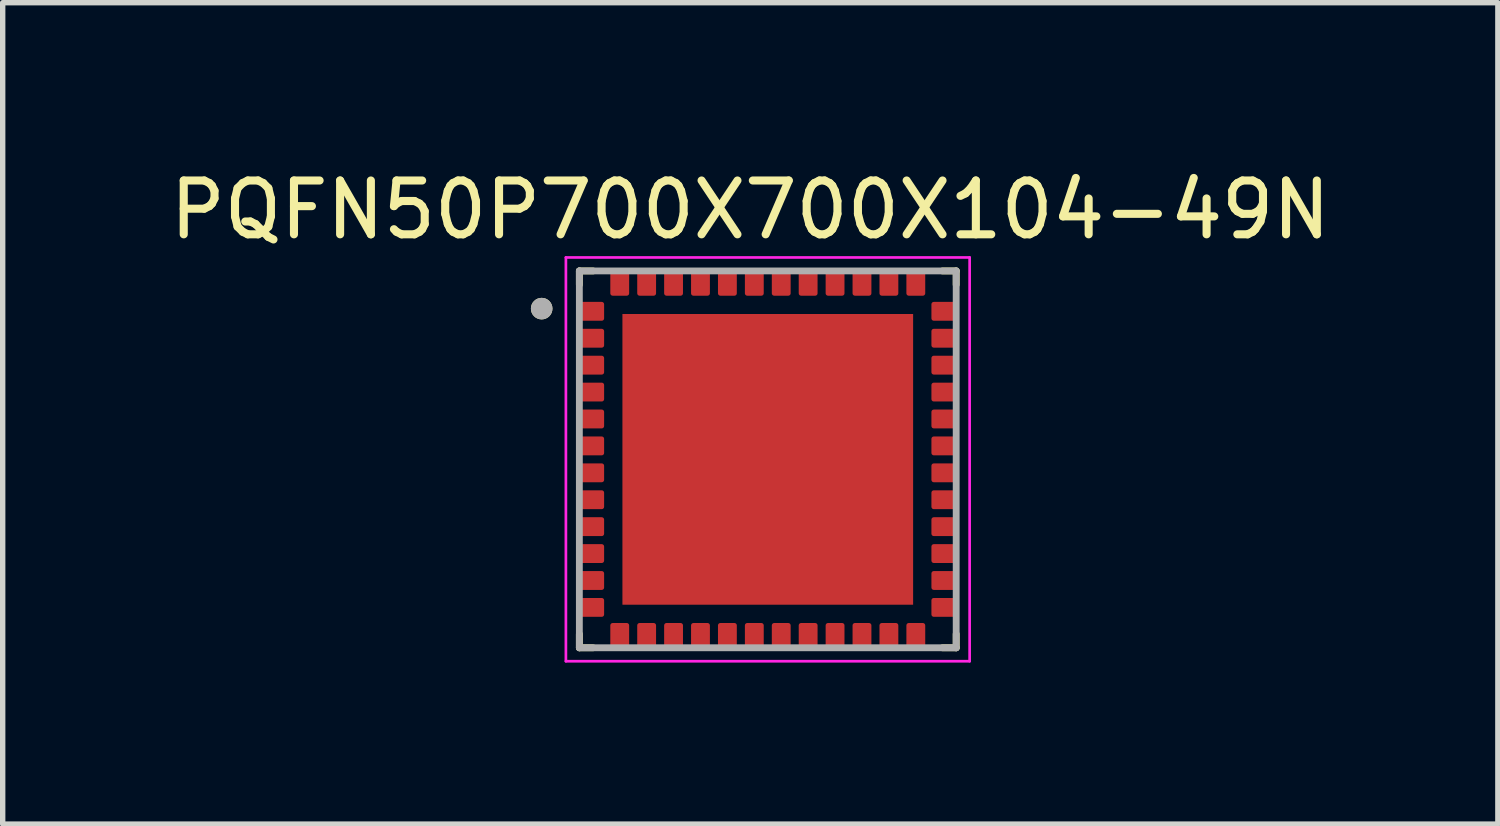
<source format=kicad_pcb>
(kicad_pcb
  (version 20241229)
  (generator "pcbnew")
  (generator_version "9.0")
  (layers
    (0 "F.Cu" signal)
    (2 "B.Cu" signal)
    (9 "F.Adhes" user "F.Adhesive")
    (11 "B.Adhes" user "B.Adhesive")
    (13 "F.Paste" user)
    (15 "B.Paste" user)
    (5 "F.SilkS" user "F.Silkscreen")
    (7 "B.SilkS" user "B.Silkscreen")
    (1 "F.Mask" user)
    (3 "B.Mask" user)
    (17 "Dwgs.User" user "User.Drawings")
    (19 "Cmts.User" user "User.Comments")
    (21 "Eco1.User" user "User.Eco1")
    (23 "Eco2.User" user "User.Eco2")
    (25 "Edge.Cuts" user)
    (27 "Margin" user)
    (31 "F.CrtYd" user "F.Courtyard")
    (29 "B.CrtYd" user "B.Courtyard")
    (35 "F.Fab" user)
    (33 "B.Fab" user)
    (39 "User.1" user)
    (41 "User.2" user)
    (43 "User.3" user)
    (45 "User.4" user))
  (footprint "PQFN50P700X700X104-49N"
    (layer "F.Cu")
    (at 11.212 5.483)
    (property "Reference" "PQFN50P700X700X104-49N" (at -0.325 -4.635 0) (layer "F.SilkS") (effects (font (size 1 1) (thickness 0.15))))
    (attr smd)
    (fp_line (start -3.5 -3.5) (end -3.245 -3.5) (stroke (width 0.127) (type solid)) (layer "F.SilkS"))
    (fp_line (start -3.5 -3.245) (end -3.5 -3.5) (stroke (width 0.127) (type solid)) (layer "F.SilkS"))
    (fp_line (start -3.5 3.245) (end -3.5 3.5) (stroke (width 0.127) (type solid)) (layer "F.SilkS"))
    (fp_line (start -3.5 3.5) (end -3.245 3.5) (stroke (width 0.127) (type solid)) (layer "F.SilkS"))
    (fp_line (start 3.5 -3.5) (end 3.245 -3.5) (stroke (width 0.127) (type solid)) (layer "F.SilkS"))
    (fp_line (start 3.5 -3.245) (end 3.5 -3.5) (stroke (width 0.127) (type solid)) (layer "F.SilkS"))
    (fp_line (start 3.5 3.245) (end 3.5 3.5) (stroke (width 0.127) (type solid)) (layer "F.SilkS"))
    (fp_line (start 3.5 3.5) (end 3.245 3.5) (stroke (width 0.127) (type solid)) (layer "F.SilkS"))
    (fp_circle (center -4.2 -2.8) (end -4.1 -2.8) (stroke (width 0.2) (type solid)) (fill no) (layer "F.SilkS"))
    (fp_poly (pts (xy -2.305 -2.305) (xy -0.395 -2.305) (xy -0.395 -0.395) (xy -2.305 -0.395)) (stroke (width 0.01) (type solid)) (fill yes) (layer "F.Paste"))
    (fp_poly (pts (xy -2.305 0.395) (xy -0.395 0.395) (xy -0.395 2.305) (xy -2.305 2.305)) (stroke (width 0.01) (type solid)) (fill yes) (layer "F.Paste"))
    (fp_poly (pts (xy 0.395 -2.305) (xy 2.305 -2.305) (xy 2.305 -0.395) (xy 0.395 -0.395)) (stroke (width 0.01) (type solid)) (fill yes) (layer "F.Paste"))
    (fp_poly (pts (xy 0.395 0.395) (xy 2.305 0.395) (xy 2.305 2.305) (xy 0.395 2.305)) (stroke (width 0.01) (type solid)) (fill yes) (layer "F.Paste"))
    (fp_line (start -3.75 -3.75) (end -3.75 3.75) (stroke (width 0.05) (type solid)) (layer "F.CrtYd"))
    (fp_line (start -3.75 3.75) (end 3.75 3.75) (stroke (width 0.05) (type solid)) (layer "F.CrtYd"))
    (fp_line (start 3.75 -3.75) (end -3.75 -3.75) (stroke (width 0.05) (type solid)) (layer "F.CrtYd"))
    (fp_line (start 3.75 3.75) (end 3.75 -3.75) (stroke (width 0.05) (type solid)) (layer "F.CrtYd"))
    (fp_line (start -3.5 -3.5) (end 3.5 -3.5) (stroke (width 0.127) (type solid)) (layer "F.Fab"))
    (fp_line (start -3.5 3.5) (end -3.5 -3.5) (stroke (width 0.127) (type solid)) (layer "F.Fab"))
    (fp_line (start 3.5 -3.5) (end 3.5 3.5) (stroke (width 0.127) (type solid)) (layer "F.Fab"))
    (fp_line (start 3.5 3.5) (end -3.5 3.5) (stroke (width 0.127) (type solid)) (layer "F.Fab"))
    (fp_circle (center -4.2 -2.8) (end -4.1 -2.8) (stroke (width 0.2) (type solid)) (fill no) (layer "F.Fab"))
    (pad "1" smd roundrect (at -3.265 -2.75) (size 0.45 0.35) (layers "F.Cu" "F.Mask" "F.Paste") (roundrect_rratio 0.125))
    (pad "2" smd roundrect (at -3.265 -2.25) (size 0.45 0.35) (layers "F.Cu" "F.Mask" "F.Paste") (roundrect_rratio 0.125))
    (pad "3" smd roundrect (at -3.265 -1.75) (size 0.45 0.35) (layers "F.Cu" "F.Mask" "F.Paste") (roundrect_rratio 0.125))
    (pad "4" smd roundrect (at -3.265 -1.25) (size 0.45 0.35) (layers "F.Cu" "F.Mask" "F.Paste") (roundrect_rratio 0.125))
    (pad "5" smd roundrect (at -3.265 -0.75) (size 0.45 0.35) (layers "F.Cu" "F.Mask" "F.Paste") (roundrect_rratio 0.125))
    (pad "6" smd roundrect (at -3.265 -0.25) (size 0.45 0.35) (layers "F.Cu" "F.Mask" "F.Paste") (roundrect_rratio 0.125))
    (pad "7" smd roundrect (at -3.265 0.25) (size 0.45 0.35) (layers "F.Cu" "F.Mask" "F.Paste") (roundrect_rratio 0.125))
    (pad "8" smd roundrect (at -3.265 0.75) (size 0.45 0.35) (layers "F.Cu" "F.Mask" "F.Paste") (roundrect_rratio 0.125))
    (pad "9" smd roundrect (at -3.265 1.25) (size 0.45 0.35) (layers "F.Cu" "F.Mask" "F.Paste") (roundrect_rratio 0.125))
    (pad "10" smd roundrect (at -3.265 1.75) (size 0.45 0.35) (layers "F.Cu" "F.Mask" "F.Paste") (roundrect_rratio 0.125))
    (pad "11" smd roundrect (at -3.265 2.25) (size 0.45 0.35) (layers "F.Cu" "F.Mask" "F.Paste") (roundrect_rratio 0.125))
    (pad "12" smd roundrect (at -3.265 2.75) (size 0.45 0.35) (layers "F.Cu" "F.Mask" "F.Paste") (roundrect_rratio 0.125))
    (pad "13" smd roundrect (at -2.75 3.265) (size 0.35 0.45) (layers "F.Cu" "F.Mask" "F.Paste") (roundrect_rratio 0.125))
    (pad "14" smd roundrect (at -2.25 3.265) (size 0.35 0.45) (layers "F.Cu" "F.Mask" "F.Paste") (roundrect_rratio 0.125))
    (pad "15" smd roundrect (at -1.75 3.265) (size 0.35 0.45) (layers "F.Cu" "F.Mask" "F.Paste") (roundrect_rratio 0.125))
    (pad "16" smd roundrect (at -1.25 3.265) (size 0.35 0.45) (layers "F.Cu" "F.Mask" "F.Paste") (roundrect_rratio 0.125))
    (pad "17" smd roundrect (at -0.75 3.265) (size 0.35 0.45) (layers "F.Cu" "F.Mask" "F.Paste") (roundrect_rratio 0.125))
    (pad "18" smd roundrect (at -0.25 3.265) (size 0.35 0.45) (layers "F.Cu" "F.Mask" "F.Paste") (roundrect_rratio 0.125))
    (pad "19" smd roundrect (at 0.25 3.265) (size 0.35 0.45) (layers "F.Cu" "F.Mask" "F.Paste") (roundrect_rratio 0.125))
    (pad "20" smd roundrect (at 0.75 3.265) (size 0.35 0.45) (layers "F.Cu" "F.Mask" "F.Paste") (roundrect_rratio 0.125))
    (pad "21" smd roundrect (at 1.25 3.265) (size 0.35 0.45) (layers "F.Cu" "F.Mask" "F.Paste") (roundrect_rratio 0.125))
    (pad "22" smd roundrect (at 1.75 3.265) (size 0.35 0.45) (layers "F.Cu" "F.Mask" "F.Paste") (roundrect_rratio 0.125))
    (pad "23" smd roundrect (at 2.25 3.265) (size 0.35 0.45) (layers "F.Cu" "F.Mask" "F.Paste") (roundrect_rratio 0.125))
    (pad "24" smd roundrect (at 2.75 3.265) (size 0.35 0.45) (layers "F.Cu" "F.Mask" "F.Paste") (roundrect_rratio 0.125))
    (pad "25" smd roundrect (at 3.265 2.75) (size 0.45 0.35) (layers "F.Cu" "F.Mask" "F.Paste") (roundrect_rratio 0.125))
    (pad "26" smd roundrect (at 3.265 2.25) (size 0.45 0.35) (layers "F.Cu" "F.Mask" "F.Paste") (roundrect_rratio 0.125))
    (pad "27" smd roundrect (at 3.265 1.75) (size 0.45 0.35) (layers "F.Cu" "F.Mask" "F.Paste") (roundrect_rratio 0.125))
    (pad "28" smd roundrect (at 3.265 1.25) (size 0.45 0.35) (layers "F.Cu" "F.Mask" "F.Paste") (roundrect_rratio 0.125))
    (pad "29" smd roundrect (at 3.265 0.75) (size 0.45 0.35) (layers "F.Cu" "F.Mask" "F.Paste") (roundrect_rratio 0.125))
    (pad "30" smd roundrect (at 3.265 0.25) (size 0.45 0.35) (layers "F.Cu" "F.Mask" "F.Paste") (roundrect_rratio 0.125))
    (pad "31" smd roundrect (at 3.265 -0.25) (size 0.45 0.35) (layers "F.Cu" "F.Mask" "F.Paste") (roundrect_rratio 0.125))
    (pad "32" smd roundrect (at 3.265 -0.75) (size 0.45 0.35) (layers "F.Cu" "F.Mask" "F.Paste") (roundrect_rratio 0.125))
    (pad "33" smd roundrect (at 3.265 -1.25) (size 0.45 0.35) (layers "F.Cu" "F.Mask" "F.Paste") (roundrect_rratio 0.125))
    (pad "34" smd roundrect (at 3.265 -1.75) (size 0.45 0.35) (layers "F.Cu" "F.Mask" "F.Paste") (roundrect_rratio 0.125))
    (pad "35" smd roundrect (at 3.265 -2.25) (size 0.45 0.35) (layers "F.Cu" "F.Mask" "F.Paste") (roundrect_rratio 0.125))
    (pad "36" smd roundrect (at 3.265 -2.75) (size 0.45 0.35) (layers "F.Cu" "F.Mask" "F.Paste") (roundrect_rratio 0.125))
    (pad "37" smd roundrect (at 2.75 -3.265) (size 0.35 0.45) (layers "F.Cu" "F.Mask" "F.Paste") (roundrect_rratio 0.125))
    (pad "38" smd roundrect (at 2.25 -3.265) (size 0.35 0.45) (layers "F.Cu" "F.Mask" "F.Paste") (roundrect_rratio 0.125))
    (pad "39" smd roundrect (at 1.75 -3.265) (size 0.35 0.45) (layers "F.Cu" "F.Mask" "F.Paste") (roundrect_rratio 0.125))
    (pad "40" smd roundrect (at 1.25 -3.265) (size 0.35 0.45) (layers "F.Cu" "F.Mask" "F.Paste") (roundrect_rratio 0.125))
    (pad "41" smd roundrect (at 0.75 -3.265) (size 0.35 0.45) (layers "F.Cu" "F.Mask" "F.Paste") (roundrect_rratio 0.125))
    (pad "42" smd roundrect (at 0.25 -3.265) (size 0.35 0.45) (layers "F.Cu" "F.Mask" "F.Paste") (roundrect_rratio 0.125))
    (pad "43" smd roundrect (at -0.25 -3.265) (size 0.35 0.45) (layers "F.Cu" "F.Mask" "F.Paste") (roundrect_rratio 0.125))
    (pad "44" smd roundrect (at -0.75 -3.265) (size 0.35 0.45) (layers "F.Cu" "F.Mask" "F.Paste") (roundrect_rratio 0.125))
    (pad "45" smd roundrect (at -1.25 -3.265) (size 0.35 0.45) (layers "F.Cu" "F.Mask" "F.Paste") (roundrect_rratio 0.125))
    (pad "46" smd roundrect (at -1.75 -3.265) (size 0.35 0.45) (layers "F.Cu" "F.Mask" "F.Paste") (roundrect_rratio 0.125))
    (pad "47" smd roundrect (at -2.25 -3.265) (size 0.35 0.45) (layers "F.Cu" "F.Mask" "F.Paste") (roundrect_rratio 0.125))
    (pad "48" smd roundrect (at -2.75 -3.265) (size 0.35 0.45) (layers "F.Cu" "F.Mask" "F.Paste") (roundrect_rratio 0.125))
    (pad "49" smd rect (at 0 0) (size 5.4 5.4) (layers "F.Cu" "F.Mask")))
  (gr_rect
    (start -3 -3)
    (end 24.774 12.258)
    (stroke (width 0.1) (type default))
    (fill no)
    (layer "Edge.Cuts")))
</source>
